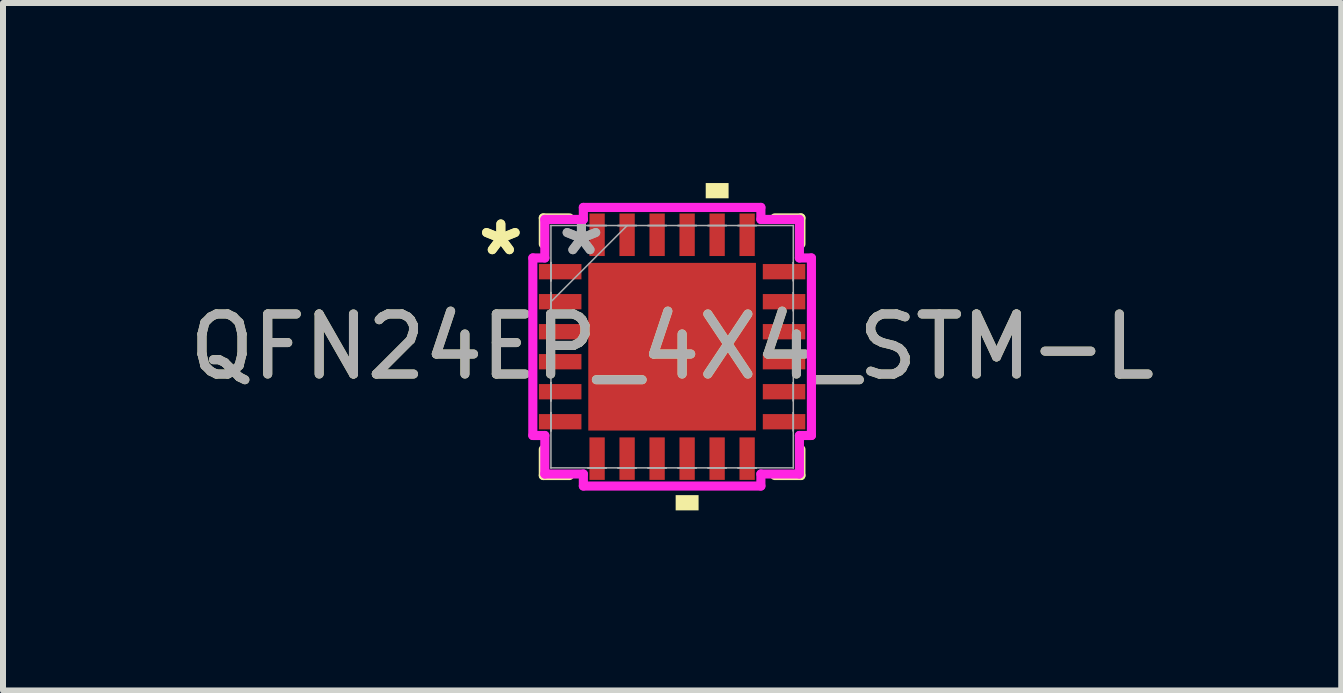
<source format=kicad_pcb>
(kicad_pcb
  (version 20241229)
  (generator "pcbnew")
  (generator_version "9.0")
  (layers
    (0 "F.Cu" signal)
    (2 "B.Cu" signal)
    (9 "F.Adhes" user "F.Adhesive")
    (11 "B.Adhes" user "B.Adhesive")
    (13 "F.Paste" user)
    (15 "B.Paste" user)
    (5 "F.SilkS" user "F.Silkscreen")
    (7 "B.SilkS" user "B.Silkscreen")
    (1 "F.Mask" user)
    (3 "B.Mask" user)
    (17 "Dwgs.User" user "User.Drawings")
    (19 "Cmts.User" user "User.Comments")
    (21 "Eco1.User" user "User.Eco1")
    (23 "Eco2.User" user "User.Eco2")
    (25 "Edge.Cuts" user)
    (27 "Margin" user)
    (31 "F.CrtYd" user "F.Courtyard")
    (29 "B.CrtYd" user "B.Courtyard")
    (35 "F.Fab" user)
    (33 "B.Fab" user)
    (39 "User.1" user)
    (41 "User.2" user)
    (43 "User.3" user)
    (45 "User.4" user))
  (footprint "QFN24EP_4X4_STM-L"
    (layer "F.Cu")
    (at 8.149 2.727)
    (property "Reference" "QFN24EP_4X4_STM-L" (at 0 0 0) (unlocked yes) (layer "F.SilkS") (effects (font (size 1 1) (thickness 0.15))))
    (attr smd)
    (fp_line (start -2.146 -2.146) (end -2.146 -1.71) (stroke (width 0.152) (type solid)) (layer "F.SilkS"))
    (fp_line (start -2.146 1.71) (end -2.146 2.146) (stroke (width 0.152) (type solid)) (layer "F.SilkS"))
    (fp_line (start -2.146 2.146) (end -1.71 2.146) (stroke (width 0.152) (type solid)) (layer "F.SilkS"))
    (fp_line (start -1.71 -2.146) (end -2.146 -2.146) (stroke (width 0.152) (type solid)) (layer "F.SilkS"))
    (fp_line (start 1.71 2.146) (end 2.146 2.146) (stroke (width 0.152) (type solid)) (layer "F.SilkS"))
    (fp_line (start 2.146 -2.146) (end 1.71 -2.146) (stroke (width 0.152) (type solid)) (layer "F.SilkS"))
    (fp_line (start 2.146 -1.71) (end 2.146 -2.146) (stroke (width 0.152) (type solid)) (layer "F.SilkS"))
    (fp_line (start 2.146 2.146) (end 2.146 1.71) (stroke (width 0.152) (type solid)) (layer "F.SilkS"))
    (fp_poly (pts (xy 0.059 2.473) (xy 0.059 2.727) (xy 0.441 2.727) (xy 0.441 2.473)) (stroke (width 0) (type solid)) (fill yes) (layer "F.SilkS"))
    (fp_poly (pts (xy 0.56 -2.473) (xy 0.56 -2.727) (xy 0.941 -2.727) (xy 0.941 -2.473)) (stroke (width 0) (type solid)) (fill yes) (layer "F.SilkS"))
    (fp_poly (pts (xy -1.297 -1.297) (xy -1.297 -0.1) (xy -0.1 -0.1) (xy -0.1 -1.297)) (stroke (width 0) (type solid)) (fill yes) (layer "F.Paste"))
    (fp_poly (pts (xy -1.297 0.1) (xy -1.297 1.297) (xy -0.1 1.297) (xy -0.1 0.1)) (stroke (width 0) (type solid)) (fill yes) (layer "F.Paste"))
    (fp_poly (pts (xy 0.1 -1.297) (xy 0.1 -0.1) (xy 1.297 -0.1) (xy 1.297 -1.297)) (stroke (width 0) (type solid)) (fill yes) (layer "F.Paste"))
    (fp_poly (pts (xy 0.1 0.1) (xy 0.1 1.297) (xy 1.297 1.297) (xy 1.297 0.1)) (stroke (width 0) (type solid)) (fill yes) (layer "F.Paste"))
    (fp_line (start -2.321 -1.479) (end -2.121 -1.479) (stroke (width 0.152) (type solid)) (layer "F.CrtYd"))
    (fp_line (start -2.321 1.479) (end -2.321 -1.479) (stroke (width 0.152) (type solid)) (layer "F.CrtYd"))
    (fp_line (start -2.121 -2.121) (end -1.479 -2.121) (stroke (width 0.152) (type solid)) (layer "F.CrtYd"))
    (fp_line (start -2.121 -1.479) (end -2.121 -2.121) (stroke (width 0.152) (type solid)) (layer "F.CrtYd"))
    (fp_line (start -2.121 1.479) (end -2.321 1.479) (stroke (width 0.152) (type solid)) (layer "F.CrtYd"))
    (fp_line (start -2.121 2.121) (end -2.121 1.479) (stroke (width 0.152) (type solid)) (layer "F.CrtYd"))
    (fp_line (start -1.479 -2.321) (end 1.479 -2.321) (stroke (width 0.152) (type solid)) (layer "F.CrtYd"))
    (fp_line (start -1.479 -2.121) (end -1.479 -2.321) (stroke (width 0.152) (type solid)) (layer "F.CrtYd"))
    (fp_line (start -1.479 2.121) (end -2.121 2.121) (stroke (width 0.152) (type solid)) (layer "F.CrtYd"))
    (fp_line (start -1.479 2.321) (end -1.479 2.121) (stroke (width 0.152) (type solid)) (layer "F.CrtYd"))
    (fp_line (start 1.479 -2.321) (end 1.479 -2.121) (stroke (width 0.152) (type solid)) (layer "F.CrtYd"))
    (fp_line (start 1.479 -2.121) (end 2.121 -2.121) (stroke (width 0.152) (type solid)) (layer "F.CrtYd"))
    (fp_line (start 1.479 2.121) (end 1.479 2.321) (stroke (width 0.152) (type solid)) (layer "F.CrtYd"))
    (fp_line (start 1.479 2.321) (end -1.479 2.321) (stroke (width 0.152) (type solid)) (layer "F.CrtYd"))
    (fp_line (start 2.121 -2.121) (end 2.121 -1.479) (stroke (width 0.152) (type solid)) (layer "F.CrtYd"))
    (fp_line (start 2.121 -1.479) (end 2.321 -1.479) (stroke (width 0.152) (type solid)) (layer "F.CrtYd"))
    (fp_line (start 2.121 1.479) (end 2.121 2.121) (stroke (width 0.152) (type solid)) (layer "F.CrtYd"))
    (fp_line (start 2.121 2.121) (end 1.479 2.121) (stroke (width 0.152) (type solid)) (layer "F.CrtYd"))
    (fp_line (start 2.321 -1.479) (end 2.321 1.479) (stroke (width 0.152) (type solid)) (layer "F.CrtYd"))
    (fp_line (start 2.321 1.479) (end 2.121 1.479) (stroke (width 0.152) (type solid)) (layer "F.CrtYd"))
    (fp_line (start -2.019 -2.019) (end -2.019 -2.019) (stroke (width 0.025) (type solid)) (layer "F.Fab"))
    (fp_line (start -2.019 -2.019) (end -2.019 2.019) (stroke (width 0.025) (type solid)) (layer "F.Fab"))
    (fp_line (start -2.019 -1.402) (end -2.019 -1.402) (stroke (width 0.025) (type solid)) (layer "F.Fab"))
    (fp_line (start -2.019 -1.402) (end -2.019 -1.098) (stroke (width 0.025) (type solid)) (layer "F.Fab"))
    (fp_line (start -2.019 -1.098) (end -2.019 -1.402) (stroke (width 0.025) (type solid)) (layer "F.Fab"))
    (fp_line (start -2.019 -1.098) (end -2.019 -1.098) (stroke (width 0.025) (type solid)) (layer "F.Fab"))
    (fp_line (start -2.019 -0.902) (end -2.019 -0.902) (stroke (width 0.025) (type solid)) (layer "F.Fab"))
    (fp_line (start -2.019 -0.902) (end -2.019 -0.598) (stroke (width 0.025) (type solid)) (layer "F.Fab"))
    (fp_line (start -2.019 -0.749) (end -0.749 -2.019) (stroke (width 0.025) (type solid)) (layer "F.Fab"))
    (fp_line (start -2.019 -0.598) (end -2.019 -0.902) (stroke (width 0.025) (type solid)) (layer "F.Fab"))
    (fp_line (start -2.019 -0.598) (end -2.019 -0.598) (stroke (width 0.025) (type solid)) (layer "F.Fab"))
    (fp_line (start -2.019 -0.402) (end -2.019 -0.402) (stroke (width 0.025) (type solid)) (layer "F.Fab"))
    (fp_line (start -2.019 -0.402) (end -2.019 -0.098) (stroke (width 0.025) (type solid)) (layer "F.Fab"))
    (fp_line (start -2.019 -0.098) (end -2.019 -0.402) (stroke (width 0.025) (type solid)) (layer "F.Fab"))
    (fp_line (start -2.019 -0.098) (end -2.019 -0.098) (stroke (width 0.025) (type solid)) (layer "F.Fab"))
    (fp_line (start -2.019 0.098) (end -2.019 0.098) (stroke (width 0.025) (type solid)) (layer "F.Fab"))
    (fp_line (start -2.019 0.098) (end -2.019 0.402) (stroke (width 0.025) (type solid)) (layer "F.Fab"))
    (fp_line (start -2.019 0.402) (end -2.019 0.098) (stroke (width 0.025) (type solid)) (layer "F.Fab"))
    (fp_line (start -2.019 0.402) (end -2.019 0.402) (stroke (width 0.025) (type solid)) (layer "F.Fab"))
    (fp_line (start -2.019 0.598) (end -2.019 0.598) (stroke (width 0.025) (type solid)) (layer "F.Fab"))
    (fp_line (start -2.019 0.598) (end -2.019 0.902) (stroke (width 0.025) (type solid)) (layer "F.Fab"))
    (fp_line (start -2.019 0.902) (end -2.019 0.598) (stroke (width 0.025) (type solid)) (layer "F.Fab"))
    (fp_line (start -2.019 0.902) (end -2.019 0.902) (stroke (width 0.025) (type solid)) (layer "F.Fab"))
    (fp_line (start -2.019 1.098) (end -2.019 1.098) (stroke (width 0.025) (type solid)) (layer "F.Fab"))
    (fp_line (start -2.019 1.098) (end -2.019 1.402) (stroke (width 0.025) (type solid)) (layer "F.Fab"))
    (fp_line (start -2.019 1.402) (end -2.019 1.098) (stroke (width 0.025) (type solid)) (layer "F.Fab"))
    (fp_line (start -2.019 1.402) (end -2.019 1.402) (stroke (width 0.025) (type solid)) (layer "F.Fab"))
    (fp_line (start -2.019 2.019) (end -2.019 2.019) (stroke (width 0.025) (type solid)) (layer "F.Fab"))
    (fp_line (start -2.019 2.019) (end 2.019 2.019) (stroke (width 0.025) (type solid)) (layer "F.Fab"))
    (fp_line (start -1.402 -2.019) (end -1.402 -2.019) (stroke (width 0.025) (type solid)) (layer "F.Fab"))
    (fp_line (start -1.402 -2.019) (end -1.098 -2.019) (stroke (width 0.025) (type solid)) (layer "F.Fab"))
    (fp_line (start -1.402 2.019) (end -1.402 2.019) (stroke (width 0.025) (type solid)) (layer "F.Fab"))
    (fp_line (start -1.402 2.019) (end -1.098 2.019) (stroke (width 0.025) (type solid)) (layer "F.Fab"))
    (fp_line (start -1.098 -2.019) (end -1.402 -2.019) (stroke (width 0.025) (type solid)) (layer "F.Fab"))
    (fp_line (start -1.098 -2.019) (end -1.098 -2.019) (stroke (width 0.025) (type solid)) (layer "F.Fab"))
    (fp_line (start -1.098 2.019) (end -1.402 2.019) (stroke (width 0.025) (type solid)) (layer "F.Fab"))
    (fp_line (start -1.098 2.019) (end -1.098 2.019) (stroke (width 0.025) (type solid)) (layer "F.Fab"))
    (fp_line (start -0.902 -2.019) (end -0.902 -2.019) (stroke (width 0.025) (type solid)) (layer "F.Fab"))
    (fp_line (start -0.902 -2.019) (end -0.598 -2.019) (stroke (width 0.025) (type solid)) (layer "F.Fab"))
    (fp_line (start -0.902 2.019) (end -0.902 2.019) (stroke (width 0.025) (type solid)) (layer "F.Fab"))
    (fp_line (start -0.902 2.019) (end -0.598 2.019) (stroke (width 0.025) (type solid)) (layer "F.Fab"))
    (fp_line (start -0.598 -2.019) (end -0.902 -2.019) (stroke (width 0.025) (type solid)) (layer "F.Fab"))
    (fp_line (start -0.598 -2.019) (end -0.598 -2.019) (stroke (width 0.025) (type solid)) (layer "F.Fab"))
    (fp_line (start -0.598 2.019) (end -0.902 2.019) (stroke (width 0.025) (type solid)) (layer "F.Fab"))
    (fp_line (start -0.598 2.019) (end -0.598 2.019) (stroke (width 0.025) (type solid)) (layer "F.Fab"))
    (fp_line (start -0.402 -2.019) (end -0.402 -2.019) (stroke (width 0.025) (type solid)) (layer "F.Fab"))
    (fp_line (start -0.402 -2.019) (end -0.098 -2.019) (stroke (width 0.025) (type solid)) (layer "F.Fab"))
    (fp_line (start -0.402 2.019) (end -0.402 2.019) (stroke (width 0.025) (type solid)) (layer "F.Fab"))
    (fp_line (start -0.402 2.019) (end -0.098 2.019) (stroke (width 0.025) (type solid)) (layer "F.Fab"))
    (fp_line (start -0.098 -2.019) (end -0.402 -2.019) (stroke (width 0.025) (type solid)) (layer "F.Fab"))
    (fp_line (start -0.098 -2.019) (end -0.098 -2.019) (stroke (width 0.025) (type solid)) (layer "F.Fab"))
    (fp_line (start -0.098 2.019) (end -0.402 2.019) (stroke (width 0.025) (type solid)) (layer "F.Fab"))
    (fp_line (start -0.098 2.019) (end -0.098 2.019) (stroke (width 0.025) (type solid)) (layer "F.Fab"))
    (fp_line (start 0.098 -2.019) (end 0.098 -2.019) (stroke (width 0.025) (type solid)) (layer "F.Fab"))
    (fp_line (start 0.098 -2.019) (end 0.402 -2.019) (stroke (width 0.025) (type solid)) (layer "F.Fab"))
    (fp_line (start 0.098 2.019) (end 0.098 2.019) (stroke (width 0.025) (type solid)) (layer "F.Fab"))
    (fp_line (start 0.098 2.019) (end 0.402 2.019) (stroke (width 0.025) (type solid)) (layer "F.Fab"))
    (fp_line (start 0.402 -2.019) (end 0.098 -2.019) (stroke (width 0.025) (type solid)) (layer "F.Fab"))
    (fp_line (start 0.402 -2.019) (end 0.402 -2.019) (stroke (width 0.025) (type solid)) (layer "F.Fab"))
    (fp_line (start 0.402 2.019) (end 0.098 2.019) (stroke (width 0.025) (type solid)) (layer "F.Fab"))
    (fp_line (start 0.402 2.019) (end 0.402 2.019) (stroke (width 0.025) (type solid)) (layer "F.Fab"))
    (fp_line (start 0.598 -2.019) (end 0.598 -2.019) (stroke (width 0.025) (type solid)) (layer "F.Fab"))
    (fp_line (start 0.598 -2.019) (end 0.902 -2.019) (stroke (width 0.025) (type solid)) (layer "F.Fab"))
    (fp_line (start 0.598 2.019) (end 0.598 2.019) (stroke (width 0.025) (type solid)) (layer "F.Fab"))
    (fp_line (start 0.598 2.019) (end 0.902 2.019) (stroke (width 0.025) (type solid)) (layer "F.Fab"))
    (fp_line (start 0.902 -2.019) (end 0.598 -2.019) (stroke (width 0.025) (type solid)) (layer "F.Fab"))
    (fp_line (start 0.902 -2.019) (end 0.902 -2.019) (stroke (width 0.025) (type solid)) (layer "F.Fab"))
    (fp_line (start 0.902 2.019) (end 0.598 2.019) (stroke (width 0.025) (type solid)) (layer "F.Fab"))
    (fp_line (start 0.902 2.019) (end 0.902 2.019) (stroke (width 0.025) (type solid)) (layer "F.Fab"))
    (fp_line (start 1.098 -2.019) (end 1.098 -2.019) (stroke (width 0.025) (type solid)) (layer "F.Fab"))
    (fp_line (start 1.098 -2.019) (end 1.402 -2.019) (stroke (width 0.025) (type solid)) (layer "F.Fab"))
    (fp_line (start 1.098 2.019) (end 1.098 2.019) (stroke (width 0.025) (type solid)) (layer "F.Fab"))
    (fp_line (start 1.098 2.019) (end 1.402 2.019) (stroke (width 0.025) (type solid)) (layer "F.Fab"))
    (fp_line (start 1.402 -2.019) (end 1.098 -2.019) (stroke (width 0.025) (type solid)) (layer "F.Fab"))
    (fp_line (start 1.402 -2.019) (end 1.402 -2.019) (stroke (width 0.025) (type solid)) (layer "F.Fab"))
    (fp_line (start 1.402 2.019) (end 1.098 2.019) (stroke (width 0.025) (type solid)) (layer "F.Fab"))
    (fp_line (start 1.402 2.019) (end 1.402 2.019) (stroke (width 0.025) (type solid)) (layer "F.Fab"))
    (fp_line (start 2.019 -2.019) (end -2.019 -2.019) (stroke (width 0.025) (type solid)) (layer "F.Fab"))
    (fp_line (start 2.019 -2.019) (end 2.019 -2.019) (stroke (width 0.025) (type solid)) (layer "F.Fab"))
    (fp_line (start 2.019 -1.402) (end 2.019 -1.402) (stroke (width 0.025) (type solid)) (layer "F.Fab"))
    (fp_line (start 2.019 -1.402) (end 2.019 -1.098) (stroke (width 0.025) (type solid)) (layer "F.Fab"))
    (fp_line (start 2.019 -1.098) (end 2.019 -1.402) (stroke (width 0.025) (type solid)) (layer "F.Fab"))
    (fp_line (start 2.019 -1.098) (end 2.019 -1.098) (stroke (width 0.025) (type solid)) (layer "F.Fab"))
    (fp_line (start 2.019 -0.902) (end 2.019 -0.902) (stroke (width 0.025) (type solid)) (layer "F.Fab"))
    (fp_line (start 2.019 -0.902) (end 2.019 -0.598) (stroke (width 0.025) (type solid)) (layer "F.Fab"))
    (fp_line (start 2.019 -0.598) (end 2.019 -0.902) (stroke (width 0.025) (type solid)) (layer "F.Fab"))
    (fp_line (start 2.019 -0.598) (end 2.019 -0.598) (stroke (width 0.025) (type solid)) (layer "F.Fab"))
    (fp_line (start 2.019 -0.402) (end 2.019 -0.402) (stroke (width 0.025) (type solid)) (layer "F.Fab"))
    (fp_line (start 2.019 -0.402) (end 2.019 -0.098) (stroke (width 0.025) (type solid)) (layer "F.Fab"))
    (fp_line (start 2.019 -0.098) (end 2.019 -0.402) (stroke (width 0.025) (type solid)) (layer "F.Fab"))
    (fp_line (start 2.019 -0.098) (end 2.019 -0.098) (stroke (width 0.025) (type solid)) (layer "F.Fab"))
    (fp_line (start 2.019 0.098) (end 2.019 0.098) (stroke (width 0.025) (type solid)) (layer "F.Fab"))
    (fp_line (start 2.019 0.098) (end 2.019 0.402) (stroke (width 0.025) (type solid)) (layer "F.Fab"))
    (fp_line (start 2.019 0.402) (end 2.019 0.098) (stroke (width 0.025) (type solid)) (layer "F.Fab"))
    (fp_line (start 2.019 0.402) (end 2.019 0.402) (stroke (width 0.025) (type solid)) (layer "F.Fab"))
    (fp_line (start 2.019 0.598) (end 2.019 0.598) (stroke (width 0.025) (type solid)) (layer "F.Fab"))
    (fp_line (start 2.019 0.598) (end 2.019 0.902) (stroke (width 0.025) (type solid)) (layer "F.Fab"))
    (fp_line (start 2.019 0.902) (end 2.019 0.598) (stroke (width 0.025) (type solid)) (layer "F.Fab"))
    (fp_line (start 2.019 0.902) (end 2.019 0.902) (stroke (width 0.025) (type solid)) (layer "F.Fab"))
    (fp_line (start 2.019 1.098) (end 2.019 1.098) (stroke (width 0.025) (type solid)) (layer "F.Fab"))
    (fp_line (start 2.019 1.098) (end 2.019 1.402) (stroke (width 0.025) (type solid)) (layer "F.Fab"))
    (fp_line (start 2.019 1.402) (end 2.019 1.098) (stroke (width 0.025) (type solid)) (layer "F.Fab"))
    (fp_line (start 2.019 1.402) (end 2.019 1.402) (stroke (width 0.025) (type solid)) (layer "F.Fab"))
    (fp_line (start 2.019 2.019) (end 2.019 -2.019) (stroke (width 0.025) (type solid)) (layer "F.Fab"))
    (fp_line (start 2.019 2.019) (end 2.019 2.019) (stroke (width 0.025) (type solid)) (layer "F.Fab"))
    (fp_text user "*" (at -2.854 -1.5 0) (layer "F.SilkS") (effects (font (size 1 1) (thickness 0.15))))
    (fp_text user "*" (at -2.854 -1.5 0) (unlocked yes) (layer "F.SilkS") (effects (font (size 1 1) (thickness 0.15))))
    (fp_text user "*" (at -1.511 -1.5 0) (layer "F.Fab") (effects (font (size 1 1) (thickness 0.15))))
    (fp_text user "*" (at -1.511 -1.5 0) (unlocked yes) (layer "F.Fab") (effects (font (size 1 1) (thickness 0.15))))
    (fp_text user "${REFERENCE}" (at 0 0 0) (unlocked yes) (layer "F.Fab") (effects (font (size 1 1) (thickness 0.15))))
    (pad "1" smd rect (at -1.865 -1.25 90) (size 0.255 0.708) (layers "F.Cu" "F.Mask" "F.Paste"))
    (pad "2" smd rect (at -1.865 -0.75 90) (size 0.255 0.708) (layers "F.Cu" "F.Mask" "F.Paste"))
    (pad "3" smd rect (at -1.865 -0.25 90) (size 0.255 0.708) (layers "F.Cu" "F.Mask" "F.Paste"))
    (pad "4" smd rect (at -1.865 0.25 90) (size 0.255 0.708) (layers "F.Cu" "F.Mask" "F.Paste"))
    (pad "5" smd rect (at -1.865 0.75 90) (size 0.255 0.708) (layers "F.Cu" "F.Mask" "F.Paste"))
    (pad "6" smd rect (at -1.865 1.25 90) (size 0.255 0.708) (layers "F.Cu" "F.Mask" "F.Paste"))
    (pad "7" smd rect (at -1.25 1.865) (size 0.255 0.708) (layers "F.Cu" "F.Mask" "F.Paste"))
    (pad "8" smd rect (at -0.75 1.865) (size 0.255 0.708) (layers "F.Cu" "F.Mask" "F.Paste"))
    (pad "9" smd rect (at -0.25 1.865) (size 0.255 0.708) (layers "F.Cu" "F.Mask" "F.Paste"))
    (pad "10" smd rect (at 0.25 1.865) (size 0.255 0.708) (layers "F.Cu" "F.Mask" "F.Paste"))
    (pad "11" smd rect (at 0.75 1.865) (size 0.255 0.708) (layers "F.Cu" "F.Mask" "F.Paste"))
    (pad "12" smd rect (at 1.25 1.865) (size 0.255 0.708) (layers "F.Cu" "F.Mask" "F.Paste"))
    (pad "13" smd rect (at 1.865 1.25 90) (size 0.255 0.708) (layers "F.Cu" "F.Mask" "F.Paste"))
    (pad "14" smd rect (at 1.865 0.75 90) (size 0.255 0.708) (layers "F.Cu" "F.Mask" "F.Paste"))
    (pad "15" smd rect (at 1.865 0.25 90) (size 0.255 0.708) (layers "F.Cu" "F.Mask" "F.Paste"))
    (pad "16" smd rect (at 1.865 -0.25 90) (size 0.255 0.708) (layers "F.Cu" "F.Mask" "F.Paste"))
    (pad "17" smd rect (at 1.865 -0.75 90) (size 0.255 0.708) (layers "F.Cu" "F.Mask" "F.Paste"))
    (pad "18" smd rect (at 1.865 -1.25 90) (size 0.255 0.708) (layers "F.Cu" "F.Mask" "F.Paste"))
    (pad "19" smd rect (at 1.25 -1.865) (size 0.255 0.708) (layers "F.Cu" "F.Mask" "F.Paste"))
    (pad "20" smd rect (at 0.75 -1.865) (size 0.255 0.708) (layers "F.Cu" "F.Mask" "F.Paste"))
    (pad "21" smd rect (at 0.25 -1.865) (size 0.255 0.708) (layers "F.Cu" "F.Mask" "F.Paste"))
    (pad "22" smd rect (at -0.25 -1.865) (size 0.255 0.708) (layers "F.Cu" "F.Mask" "F.Paste"))
    (pad "23" smd rect (at -0.75 -1.865) (size 0.255 0.708) (layers "F.Cu" "F.Mask" "F.Paste"))
    (pad "24" smd rect (at -1.25 -1.865) (size 0.255 0.708) (layers "F.Cu" "F.Mask" "F.Paste"))
    (pad "25" smd rect (at 0 0) (size 2.794 2.794) (layers "F.Cu" "F.Mask")))
  (gr_rect
    (start -3 -3)
    (end 19.298 8.455)
    (stroke (width 0.1) (type default))
    (fill no)
    (layer "Edge.Cuts")))
</source>
